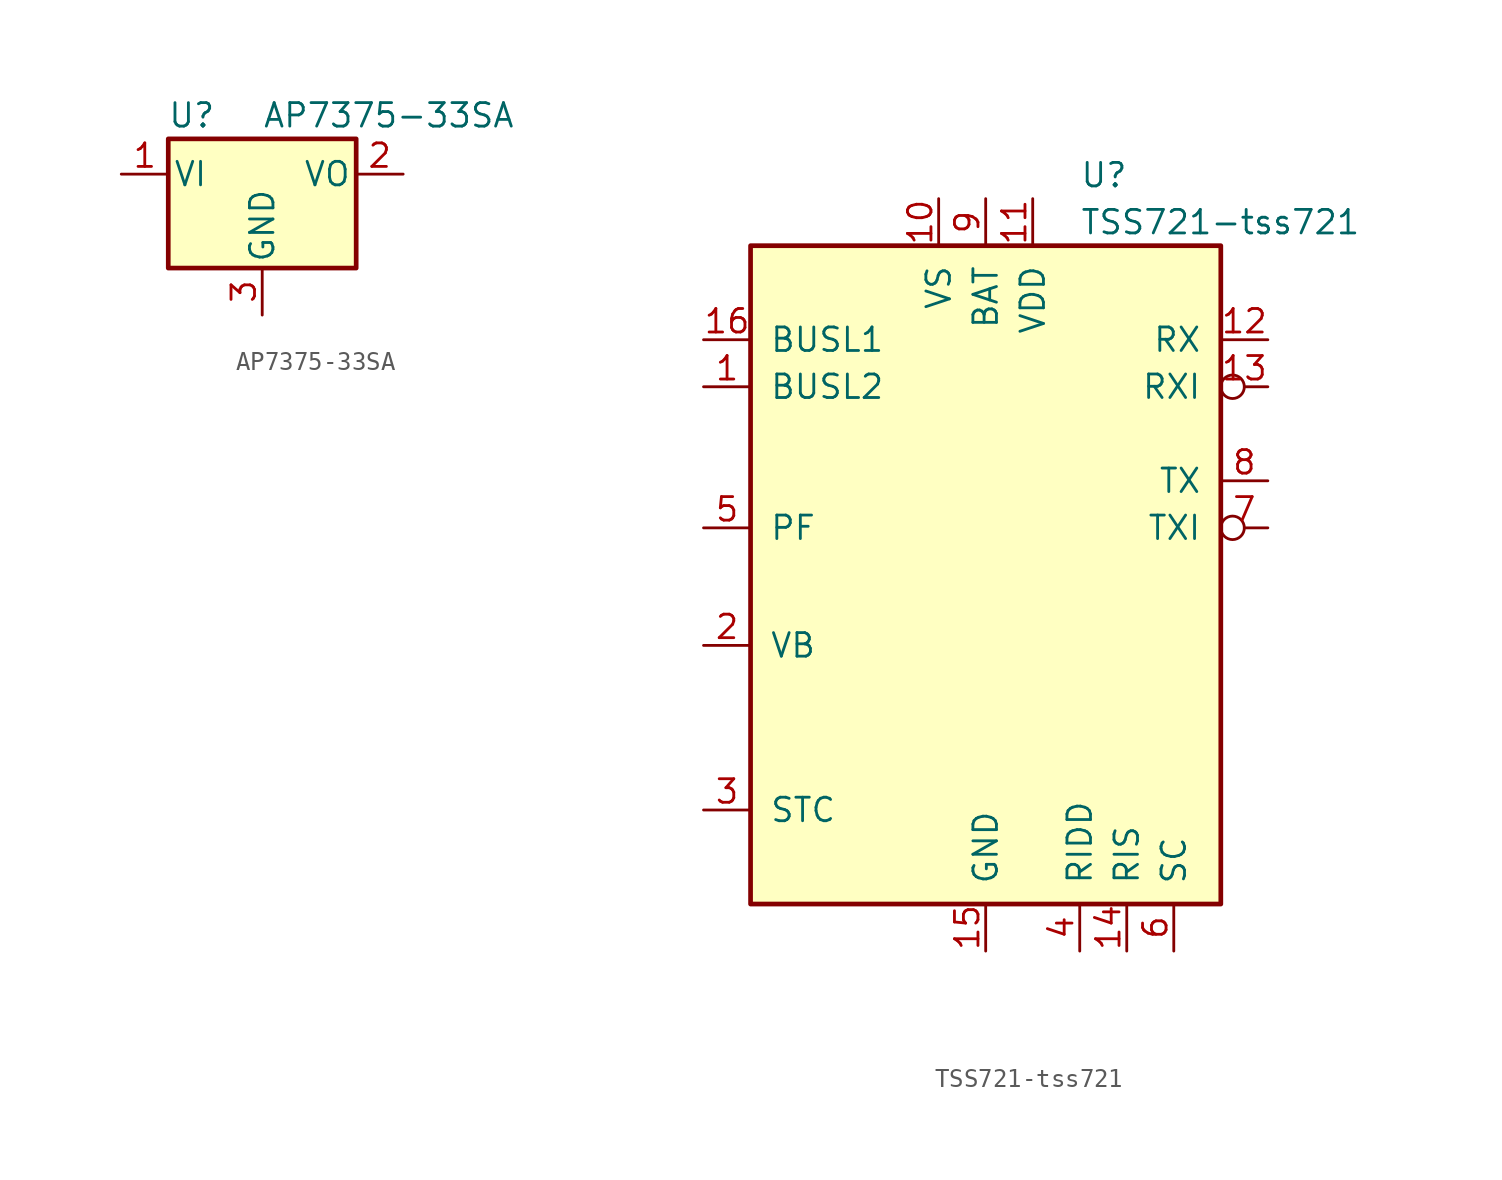
<source format=kicad_sym>
(kicad_symbol_lib
  (version 20211014)
  (generator kicad_symbol_editor)
  (symbol "AP7375-33SA"
    (pin_names
      (offset 0.254))
    (property "Reference" "U"
      (at -3.81 3.175 0)
      (effects (font (size 1.27 1.27))))
    (property "Value" "AP7375-33SA"
      (at 0 3.175 0)
      (effects (font (size 1.27 1.27)) (justify left)))
    (symbol "AP7375-33SA_0_1"
      (rectangle (start -5.08 1.905) (end 5.08 -5.08) (stroke (width 0.254) (type default) (color 0 0 0 0)) (fill (type background))))
    (symbol "AP7375-33SA_1_1"
      (pin power_in line (at -7.62 0 0) (length 2.54) (name "VI" (effects (font (size 1.27 1.27)))) (number "1" (effects (font (size 1.27 1.27)))))
      (pin power_out line (at 7.62 0 180) (length 2.54) (name "VO" (effects (font (size 1.27 1.27)))) (number "2" (effects (font (size 1.27 1.27)))))
      (pin power_in line (at 0 -7.62 90) (length 2.54) (name "GND" (effects (font (size 1.27 1.27)))) (number "3" (effects (font (size 1.27 1.27)))))))
  (symbol "TSS721-tss721"
    (pin_names
      (offset 1.016))
    (property "Reference" "U"
      (at 5.08 21.59 0)
      (effects (font (size 1.27 1.27)) (justify left)))
    (property "Value" "TSS721-tss721"
      (at 5.08 19.05 0)
      (effects (font (size 1.27 1.27)) (justify left)))
    (property "Footprint" ""
      (at 0 -21.59 0)
      (effects (font (size 1.27 1.27) italic)))
    (property "Datasheet" ""
      (at -5.08 -20.32 0)
      (effects (font (size 1.27 1.27))))
    (symbol "TSS721-tss721_0_1"
      (rectangle (start -12.7 -17.78) (end 12.7 17.78) (stroke (width 0.254) (type default) (color 0 0 0 0)) (fill (type background))))
    (symbol "TSS721-tss721_1_1"
      (pin input line (at -15.24 10.16 0) (length 2.54) (name "BUSL2" (effects (font (size 1.27 1.27)))) (number "1" (effects (font (size 1.27 1.27)))))
      (pin passive line (at -2.54 20.32 270) (length 2.54) (name "VS" (effects (font (size 1.27 1.27)))) (number "10" (effects (font (size 1.27 1.27)))))
      (pin power_in line (at 2.54 20.32 270) (length 2.54) (name "VDD" (effects (font (size 1.27 1.27)))) (number "11" (effects (font (size 1.27 1.27)))))
      (pin input line (at 15.24 12.7 180) (length 2.54) (name "RX" (effects (font (size 1.27 1.27)))) (number "12" (effects (font (size 1.27 1.27)))))
      (pin input inverted (at 15.24 10.16 180) (length 2.54) (name "RXI" (effects (font (size 1.27 1.27)))) (number "13" (effects (font (size 1.27 1.27)))))
      (pin input line (at 7.62 -20.32 90) (length 2.54) (name "RIS" (effects (font (size 1.27 1.27)))) (number "14" (effects (font (size 1.27 1.27)))))
      (pin power_in line (at 0 -20.32 90) (length 2.54) (name "GND" (effects (font (size 1.27 1.27)))) (number "15" (effects (font (size 1.27 1.27)))))
      (pin input line (at -15.24 12.7 0) (length 2.54) (name "BUSL1" (effects (font (size 1.27 1.27)))) (number "16" (effects (font (size 1.27 1.27)))))
      (pin passive line (at -15.24 -3.81 0) (length 2.54) (name "VB" (effects (font (size 1.27 1.27)))) (number "2" (effects (font (size 1.27 1.27)))))
      (pin passive line (at -15.24 -12.7 0) (length 2.54) (name "STC" (effects (font (size 1.27 1.27)))) (number "3" (effects (font (size 1.27 1.27)))))
      (pin output line (at 5.08 -20.32 90) (length 2.54) (name "RIDD" (effects (font (size 1.27 1.27)))) (number "4" (effects (font (size 1.27 1.27)))))
      (pin input line (at -15.24 2.54 0) (length 2.54) (name "PF" (effects (font (size 1.27 1.27)))) (number "5" (effects (font (size 1.27 1.27)))))
      (pin passive line (at 10.16 -20.32 90) (length 2.54) (name "SC" (effects (font (size 1.27 1.27)))) (number "6" (effects (font (size 1.27 1.27)))))
      (pin output inverted (at 15.24 2.54 180) (length 2.54) (name "TXI" (effects (font (size 1.27 1.27)))) (number "7" (effects (font (size 1.27 1.27)))))
      (pin output line (at 15.24 5.08 180) (length 2.54) (name "TX" (effects (font (size 1.27 1.27)))) (number "8" (effects (font (size 1.27 1.27)))))
      (pin input line (at 0 20.32 270) (length 2.54) (name "BAT" (effects (font (size 1.27 1.27)))) (number "9" (effects (font (size 1.27 1.27))))))))
</source>
